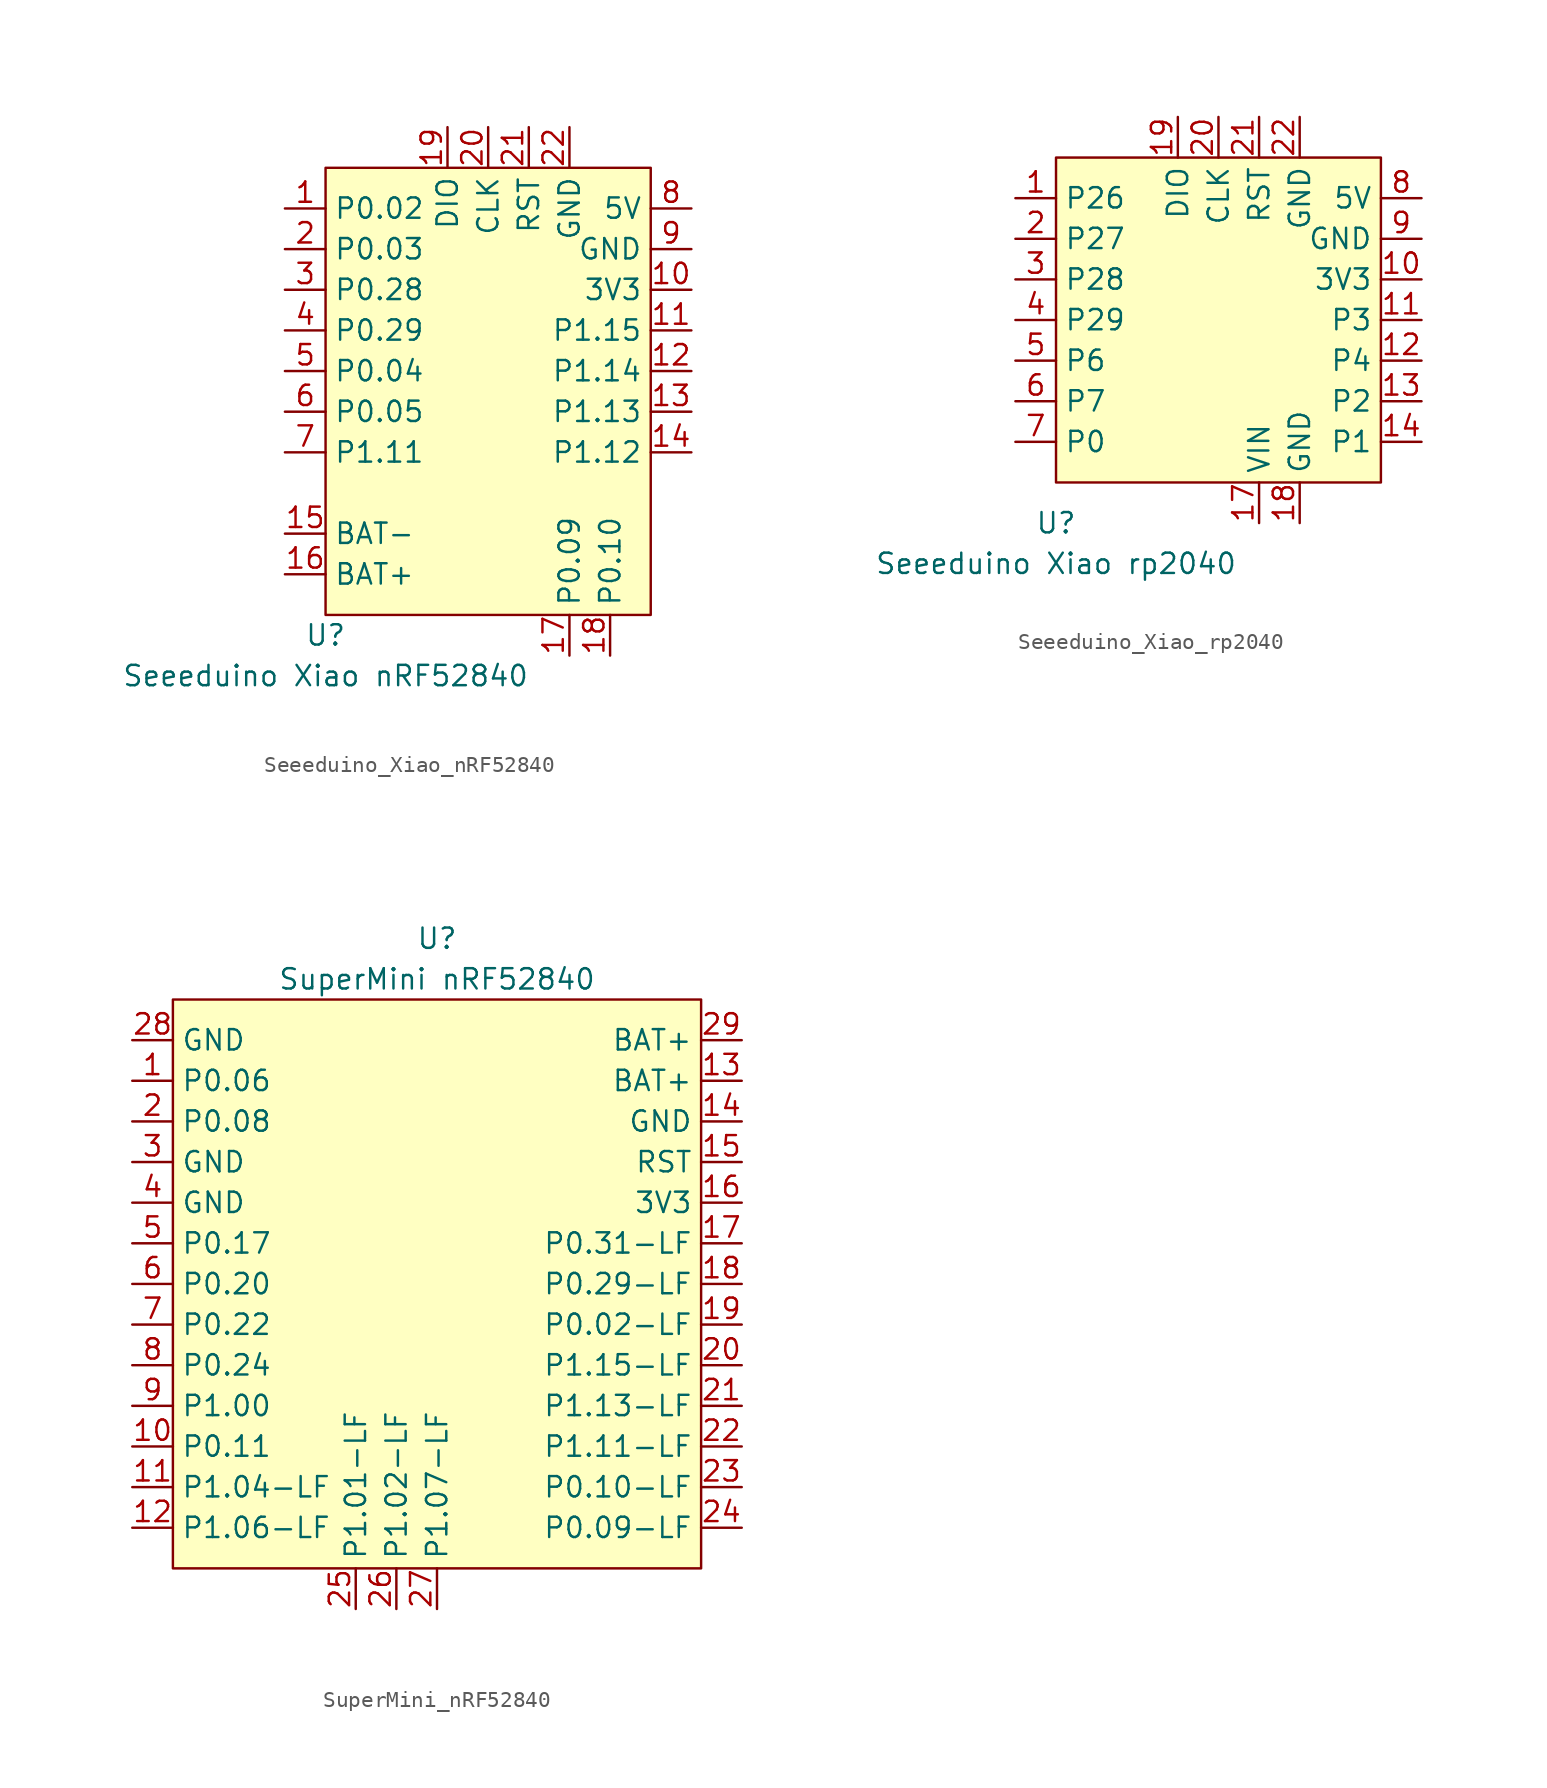
<source format=kicad_sym>
(kicad_symbol_lib
  (version 20231120)
  (generator "kicad_symbol_editor")
  (generator_version "8.0")
  (symbol "Seeeduino_Xiao_nRF52840"
    (property "Reference" "U"
      (at -10.16 -12.7 0)
      (effects (font (size 1.27 1.27))))
    (property "Value" "Seeeduino Xiao nRF52840"
      (at -10.16 -15.24 0)
      (effects (font (size 1.27 1.27))))
    (symbol "Seeeduino_Xiao_nRF52840_1_0"
      (pin bidirectional line (at -12.7 13.97 0) (length 2.54) (name "P0.02" (effects (font (size 1.27 1.27)))) (number "1" (effects (font (size 1.27 1.27)))))
      (pin power_out line (at 12.7 8.89 180) (length 2.54) (name "3V3" (effects (font (size 1.27 1.27)))) (number "10" (effects (font (size 1.27 1.27)))))
      (pin bidirectional line (at 12.7 6.35 180) (length 2.54) (name "P1.15" (effects (font (size 1.27 1.27)))) (number "11" (effects (font (size 1.27 1.27)))))
      (pin bidirectional line (at 12.7 3.81 180) (length 2.54) (name "P1.14" (effects (font (size 1.27 1.27)))) (number "12" (effects (font (size 1.27 1.27)))))
      (pin bidirectional line (at 12.7 1.27 180) (length 2.54) (name "P1.13" (effects (font (size 1.27 1.27)))) (number "13" (effects (font (size 1.27 1.27)))))
      (pin bidirectional line (at 12.7 -1.27 180) (length 2.54) (name "P1.12" (effects (font (size 1.27 1.27)))) (number "14" (effects (font (size 1.27 1.27)))))
      (pin power_in line (at -12.7 -6.35 0) (length 2.54) (name "BAT-" (effects (font (size 1.27 1.27)))) (number "15" (effects (font (size 1.27 1.27)))))
      (pin power_in line (at -12.7 -8.89 0) (length 2.54) (name "BAT+" (effects (font (size 1.27 1.27)))) (number "16" (effects (font (size 1.27 1.27)))))
      (pin bidirectional line (at 5.08 -13.97 90) (length 2.54) (name "P0.09" (effects (font (size 1.27 1.27)))) (number "17" (effects (font (size 1.27 1.27)))))
      (pin bidirectional line (at 7.62 -13.97 90) (length 2.54) (name "P0.10" (effects (font (size 1.27 1.27)))) (number "18" (effects (font (size 1.27 1.27)))))
      (pin bidirectional line (at -2.54 19.05 270) (length 2.54) (name "DIO" (effects (font (size 1.27 1.27)))) (number "19" (effects (font (size 1.27 1.27)))))
      (pin bidirectional line (at -12.7 11.43 0) (length 2.54) (name "P0.03" (effects (font (size 1.27 1.27)))) (number "2" (effects (font (size 1.27 1.27)))))
      (pin bidirectional line (at 0 19.05 270) (length 2.54) (name "CLK" (effects (font (size 1.27 1.27)))) (number "20" (effects (font (size 1.27 1.27)))))
      (pin bidirectional line (at 2.54 19.05 270) (length 2.54) (name "RST" (effects (font (size 1.27 1.27)))) (number "21" (effects (font (size 1.27 1.27)))))
      (pin power_out line (at 5.08 19.05 270) (length 2.54) (name "GND" (effects (font (size 1.27 1.27)))) (number "22" (effects (font (size 1.27 1.27)))))
      (pin bidirectional line (at -12.7 8.89 0) (length 2.54) (name "P0.28" (effects (font (size 1.27 1.27)))) (number "3" (effects (font (size 1.27 1.27)))))
      (pin bidirectional line (at -12.7 6.35 0) (length 2.54) (name "P0.29" (effects (font (size 1.27 1.27)))) (number "4" (effects (font (size 1.27 1.27)))))
      (pin bidirectional line (at -12.7 3.81 0) (length 2.54) (name "P0.04" (effects (font (size 1.27 1.27)))) (number "5" (effects (font (size 1.27 1.27)))))
      (pin bidirectional line (at -12.7 1.27 0) (length 2.54) (name "P0.05" (effects (font (size 1.27 1.27)))) (number "6" (effects (font (size 1.27 1.27)))))
      (pin bidirectional line (at -12.7 -1.27 0) (length 2.54) (name "P1.11" (effects (font (size 1.27 1.27)))) (number "7" (effects (font (size 1.27 1.27)))))
      (pin power_out line (at 12.7 13.97 180) (length 2.54) (name "5V" (effects (font (size 1.27 1.27)))) (number "8" (effects (font (size 1.27 1.27)))))
      (pin power_out line (at 12.7 11.43 180) (length 2.54) (name "GND" (effects (font (size 1.27 1.27)))) (number "9" (effects (font (size 1.27 1.27))))))
    (symbol "Seeeduino_Xiao_nRF52840_1_1"
      (rectangle (start -10.16 16.51) (end 10.16 -11.43) (stroke (width 0) (type default)) (fill (type background)))))
  (symbol "Seeeduino_Xiao_rp2040"
    (property "Reference" "U"
      (at -10.16 -12.7 0)
      (effects (font (size 1.27 1.27))))
    (property "Value" "Seeeduino Xiao rp2040"
      (at -10.16 -15.24 0)
      (effects (font (size 1.27 1.27))))
    (symbol "Seeeduino_Xiao_rp2040_1_0"
      (pin bidirectional line (at -12.7 7.62 0) (length 2.54) (name "P26" (effects (font (size 1.27 1.27)))) (number "1" (effects (font (size 1.27 1.27)))))
      (pin power_out line (at 12.7 2.54 180) (length 2.54) (name "3V3" (effects (font (size 1.27 1.27)))) (number "10" (effects (font (size 1.27 1.27)))))
      (pin bidirectional line (at 12.7 0 180) (length 2.54) (name "P3" (effects (font (size 1.27 1.27)))) (number "11" (effects (font (size 1.27 1.27)))))
      (pin bidirectional line (at 12.7 -2.54 180) (length 2.54) (name "P4" (effects (font (size 1.27 1.27)))) (number "12" (effects (font (size 1.27 1.27)))))
      (pin bidirectional line (at 12.7 -5.08 180) (length 2.54) (name "P2" (effects (font (size 1.27 1.27)))) (number "13" (effects (font (size 1.27 1.27)))))
      (pin bidirectional line (at 12.7 -7.62 180) (length 2.54) (name "P1" (effects (font (size 1.27 1.27)))) (number "14" (effects (font (size 1.27 1.27)))))
      (pin power_in line (at 2.54 -12.7 90) (length 2.54) (name "VIN" (effects (font (size 1.27 1.27)))) (number "17" (effects (font (size 1.27 1.27)))))
      (pin power_in line (at 5.08 -12.7 90) (length 2.54) (name "GND" (effects (font (size 1.27 1.27)))) (number "18" (effects (font (size 1.27 1.27)))))
      (pin bidirectional line (at -2.54 12.7 270) (length 2.54) (name "DIO" (effects (font (size 1.27 1.27)))) (number "19" (effects (font (size 1.27 1.27)))))
      (pin bidirectional line (at -12.7 5.08 0) (length 2.54) (name "P27" (effects (font (size 1.27 1.27)))) (number "2" (effects (font (size 1.27 1.27)))))
      (pin bidirectional line (at 0 12.7 270) (length 2.54) (name "CLK" (effects (font (size 1.27 1.27)))) (number "20" (effects (font (size 1.27 1.27)))))
      (pin bidirectional line (at 2.54 12.7 270) (length 2.54) (name "RST" (effects (font (size 1.27 1.27)))) (number "21" (effects (font (size 1.27 1.27)))))
      (pin power_out line (at 5.08 12.7 270) (length 2.54) (name "GND" (effects (font (size 1.27 1.27)))) (number "22" (effects (font (size 1.27 1.27)))))
      (pin bidirectional line (at -12.7 2.54 0) (length 2.54) (name "P28" (effects (font (size 1.27 1.27)))) (number "3" (effects (font (size 1.27 1.27)))))
      (pin bidirectional line (at -12.7 0 0) (length 2.54) (name "P29" (effects (font (size 1.27 1.27)))) (number "4" (effects (font (size 1.27 1.27)))))
      (pin bidirectional line (at -12.7 -2.54 0) (length 2.54) (name "P6" (effects (font (size 1.27 1.27)))) (number "5" (effects (font (size 1.27 1.27)))))
      (pin bidirectional line (at -12.7 -5.08 0) (length 2.54) (name "P7" (effects (font (size 1.27 1.27)))) (number "6" (effects (font (size 1.27 1.27)))))
      (pin bidirectional line (at -12.7 -7.62 0) (length 2.54) (name "P0" (effects (font (size 1.27 1.27)))) (number "7" (effects (font (size 1.27 1.27)))))
      (pin power_out line (at 12.7 7.62 180) (length 2.54) (name "5V" (effects (font (size 1.27 1.27)))) (number "8" (effects (font (size 1.27 1.27)))))
      (pin power_out line (at 12.7 5.08 180) (length 2.54) (name "GND" (effects (font (size 1.27 1.27)))) (number "9" (effects (font (size 1.27 1.27))))))
    (symbol "Seeeduino_Xiao_rp2040_1_1"
      (rectangle (start -10.16 10.16) (end 10.16 -10.16) (stroke (width 0) (type default)) (fill (type background)))))
  (symbol "SuperMini_nRF52840"
    (property "Reference" "U"
      (at 0 22.86 0)
      (effects (font (size 1.27 1.27))))
    (property "Value" "SuperMini nRF52840"
      (at 0 20.32 0)
      (effects (font (size 1.27 1.27))))
    (symbol "SuperMini_nRF52840_0_0"
      (pin bidirectional line (at -19.05 13.97 0) (length 2.54) (name "P0.06" (effects (font (size 1.27 1.27)))) (number "1" (effects (font (size 1.27 1.27)))))
      (pin bidirectional line (at -19.05 -8.89 0) (length 2.54) (name "P0.11" (effects (font (size 1.27 1.27)))) (number "10" (effects (font (size 1.27 1.27)))))
      (pin bidirectional line (at -19.05 -11.43 0) (length 2.54) (name "P1.04-LF" (effects (font (size 1.27 1.27)))) (number "11" (effects (font (size 1.27 1.27)))))
      (pin bidirectional line (at -19.05 -13.97 0) (length 2.54) (name "P1.06-LF" (effects (font (size 1.27 1.27)))) (number "12" (effects (font (size 1.27 1.27)))))
      (pin power_out line (at 19.05 11.43 180) (length 2.54) (name "GND" (effects (font (size 1.27 1.27)))) (number "14" (effects (font (size 1.27 1.27)))))
      (pin bidirectional line (at 19.05 8.89 180) (length 2.54) (name "RST" (effects (font (size 1.27 1.27)))) (number "15" (effects (font (size 1.27 1.27)))))
      (pin bidirectional line (at 19.05 3.81 180) (length 2.54) (name "P0.31-LF" (effects (font (size 1.27 1.27)))) (number "17" (effects (font (size 1.27 1.27)))))
      (pin bidirectional line (at 19.05 1.27 180) (length 2.54) (name "P0.29-LF" (effects (font (size 1.27 1.27)))) (number "18" (effects (font (size 1.27 1.27)))))
      (pin bidirectional line (at 19.05 -1.27 180) (length 2.54) (name "P0.02-LF" (effects (font (size 1.27 1.27)))) (number "19" (effects (font (size 1.27 1.27)))))
      (pin bidirectional line (at -19.05 11.43 0) (length 2.54) (name "P0.08" (effects (font (size 1.27 1.27)))) (number "2" (effects (font (size 1.27 1.27)))))
      (pin bidirectional line (at 19.05 -3.81 180) (length 2.54) (name "P1.15-LF" (effects (font (size 1.27 1.27)))) (number "20" (effects (font (size 1.27 1.27)))))
      (pin bidirectional line (at 19.05 -6.35 180) (length 2.54) (name "P1.13-LF" (effects (font (size 1.27 1.27)))) (number "21" (effects (font (size 1.27 1.27)))))
      (pin bidirectional line (at 19.05 -8.89 180) (length 2.54) (name "P1.11-LF" (effects (font (size 1.27 1.27)))) (number "22" (effects (font (size 1.27 1.27)))))
      (pin bidirectional line (at 19.05 -13.97 180) (length 2.54) (name "P0.09-LF" (effects (font (size 1.27 1.27)))) (number "24" (effects (font (size 1.27 1.27)))))
      (pin power_out line (at -19.05 8.89 0) (length 2.54) (name "GND" (effects (font (size 1.27 1.27)))) (number "3" (effects (font (size 1.27 1.27)))))
      (pin power_out line (at -19.05 6.35 0) (length 2.54) (name "GND" (effects (font (size 1.27 1.27)))) (number "4" (effects (font (size 1.27 1.27)))))
      (pin bidirectional line (at -19.05 3.81 0) (length 2.54) (name "P0.17" (effects (font (size 1.27 1.27)))) (number "5" (effects (font (size 1.27 1.27)))))
      (pin bidirectional line (at -19.05 1.27 0) (length 2.54) (name "P0.20" (effects (font (size 1.27 1.27)))) (number "6" (effects (font (size 1.27 1.27)))))
      (pin bidirectional line (at -19.05 -1.27 0) (length 2.54) (name "P0.22" (effects (font (size 1.27 1.27)))) (number "7" (effects (font (size 1.27 1.27)))))
      (pin bidirectional line (at -19.05 -3.81 0) (length 2.54) (name "P0.24" (effects (font (size 1.27 1.27)))) (number "8" (effects (font (size 1.27 1.27)))))
      (pin bidirectional line (at -19.05 -6.35 0) (length 2.54) (name "P1.00" (effects (font (size 1.27 1.27)))) (number "9" (effects (font (size 1.27 1.27))))))
    (symbol "SuperMini_nRF52840_1_0"
      (pin power_out line (at 19.05 13.97 180) (length 2.54) (name "BAT+" (effects (font (size 1.27 1.27)))) (number "13" (effects (font (size 1.27 1.27)))))
      (pin power_out line (at 19.05 6.35 180) (length 2.54) (name "3V3" (effects (font (size 1.27 1.27)))) (number "16" (effects (font (size 1.27 1.27)))))
      (pin bidirectional line (at 19.05 -11.43 180) (length 2.54) (name "P0.10-LF" (effects (font (size 1.27 1.27)))) (number "23" (effects (font (size 1.27 1.27)))))
      (pin bidirectional line (at -5.08 -19.05 90) (length 2.54) (name "P1.01-LF" (effects (font (size 1.27 1.27)))) (number "25" (effects (font (size 1.27 1.27)))))
      (pin bidirectional line (at -2.54 -19.05 90) (length 2.54) (name "P1.02-LF" (effects (font (size 1.27 1.27)))) (number "26" (effects (font (size 1.27 1.27)))))
      (pin bidirectional line (at 0 -19.05 90) (length 2.54) (name "P1.07-LF" (effects (font (size 1.27 1.27)))) (number "27" (effects (font (size 1.27 1.27)))))
      (pin power_out line (at -19.05 16.51 0) (length 2.54) (name "GND" (effects (font (size 1.27 1.27)))) (number "28" (effects (font (size 1.27 1.27)))))
      (pin power_out line (at 19.05 16.51 180) (length 2.54) (name "BAT+" (effects (font (size 1.27 1.27)))) (number "29" (effects (font (size 1.27 1.27))))))
    (symbol "SuperMini_nRF52840_1_1"
      (rectangle (start -16.51 19.05) (end 16.51 -16.51) (stroke (width 0) (type default)) (fill (type background))))))
</source>
